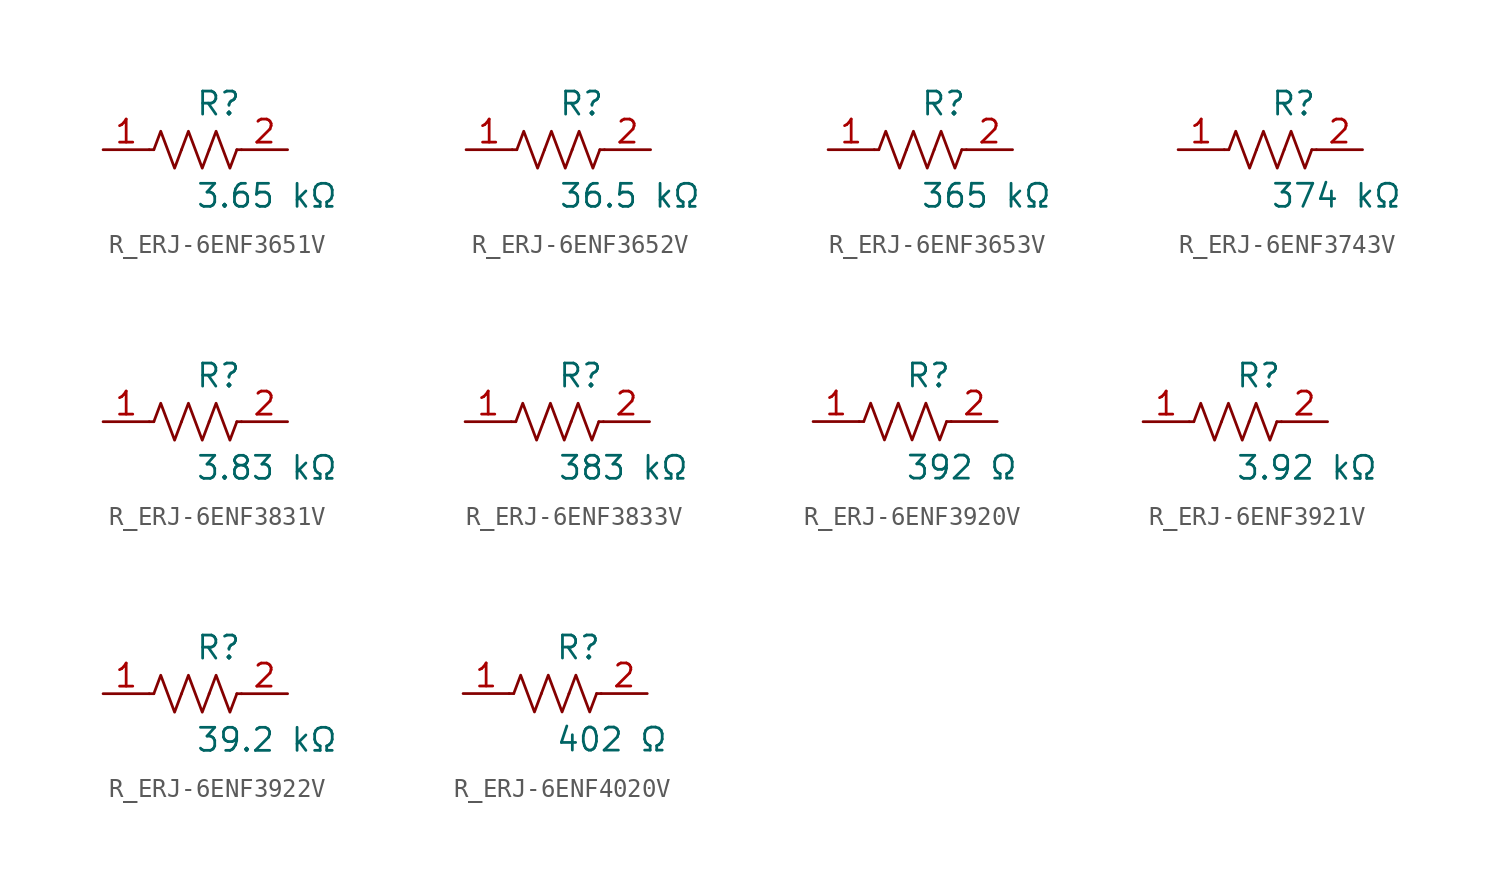
<source format=kicad_sym>
(kicad_symbol_lib
  (version 20231120)
  (generator kicad_symbol_editor)
  (generator_version 8.0)
  (symbol "R_ERJ-6ENF3651V"
    (pin_names
      (offset 0.254))
    (property "Reference" "R"
      (at 0.0 2.54 0)
      (effects (font (size 1.27 1.27)) (justify left)))
    (property "Value" "3.65 kΩ"
      (at 0.0 -2.54 0)
      (effects (font (size 1.27 1.27)) (justify left)))
    (symbol "R_ERJ-6ENF3651V_0_1"
      (polyline (pts (xy 2.286 0) (xy 2.54 0)) (stroke (width 0) (type default)) (fill (type none)))
      (polyline (pts (xy -2.286 0) (xy -2.54 0)) (stroke (width 0) (type default)) (fill (type none)))
      (polyline (pts (xy 0.762 0) (xy 1.143 1.016) (xy 1.524 0) (xy 1.905 -1.016) (xy 2.286 0)) (stroke (width 0) (type default)) (fill (type none)))
      (polyline (pts (xy -0.762 0) (xy -0.381 1.016) (xy 0 0) (xy 0.381 -1.016) (xy 0.762 0)) (stroke (width 0) (type default)) (fill (type none)))
      (polyline (pts (xy -2.286 0) (xy -1.905 1.016) (xy -1.524 0) (xy -1.143 -1.016) (xy -0.762 0)) (stroke (width 0) (type default)) (fill (type none))))
    (pin unspecified line
      (at -5.08 0 0)
      (length 2.54)
      (name "" (effects (font (size 1.27 1.27))))
      (number "1" (effects (font (size 1.27 1.27)))))
    (pin unspecified line
      (at 5.08 0 180)
      (length 2.54)
      (name "" (effects (font (size 1.27 1.27))))
      (number "2" (effects (font (size 1.27 1.27))))))
  (symbol "R_ERJ-6ENF3652V"
    (pin_names
      (offset 0.254))
    (property "Reference" "R"
      (at 0.0 2.54 0)
      (effects (font (size 1.27 1.27)) (justify left)))
    (property "Value" "36.5 kΩ"
      (at 0.0 -2.54 0)
      (effects (font (size 1.27 1.27)) (justify left)))
    (symbol "R_ERJ-6ENF3652V_0_1"
      (polyline (pts (xy 2.286 0) (xy 2.54 0)) (stroke (width 0) (type default)) (fill (type none)))
      (polyline (pts (xy -2.286 0) (xy -2.54 0)) (stroke (width 0) (type default)) (fill (type none)))
      (polyline (pts (xy 0.762 0) (xy 1.143 1.016) (xy 1.524 0) (xy 1.905 -1.016) (xy 2.286 0)) (stroke (width 0) (type default)) (fill (type none)))
      (polyline (pts (xy -0.762 0) (xy -0.381 1.016) (xy 0 0) (xy 0.381 -1.016) (xy 0.762 0)) (stroke (width 0) (type default)) (fill (type none)))
      (polyline (pts (xy -2.286 0) (xy -1.905 1.016) (xy -1.524 0) (xy -1.143 -1.016) (xy -0.762 0)) (stroke (width 0) (type default)) (fill (type none))))
    (pin unspecified line
      (at -5.08 0 0)
      (length 2.54)
      (name "" (effects (font (size 1.27 1.27))))
      (number "1" (effects (font (size 1.27 1.27)))))
    (pin unspecified line
      (at 5.08 0 180)
      (length 2.54)
      (name "" (effects (font (size 1.27 1.27))))
      (number "2" (effects (font (size 1.27 1.27))))))
  (symbol "R_ERJ-6ENF3653V"
    (pin_names
      (offset 0.254))
    (property "Reference" "R"
      (at 0.0 2.54 0)
      (effects (font (size 1.27 1.27)) (justify left)))
    (property "Value" "365 kΩ"
      (at 0.0 -2.54 0)
      (effects (font (size 1.27 1.27)) (justify left)))
    (symbol "R_ERJ-6ENF3653V_0_1"
      (polyline (pts (xy 2.286 0) (xy 2.54 0)) (stroke (width 0) (type default)) (fill (type none)))
      (polyline (pts (xy -2.286 0) (xy -2.54 0)) (stroke (width 0) (type default)) (fill (type none)))
      (polyline (pts (xy 0.762 0) (xy 1.143 1.016) (xy 1.524 0) (xy 1.905 -1.016) (xy 2.286 0)) (stroke (width 0) (type default)) (fill (type none)))
      (polyline (pts (xy -0.762 0) (xy -0.381 1.016) (xy 0 0) (xy 0.381 -1.016) (xy 0.762 0)) (stroke (width 0) (type default)) (fill (type none)))
      (polyline (pts (xy -2.286 0) (xy -1.905 1.016) (xy -1.524 0) (xy -1.143 -1.016) (xy -0.762 0)) (stroke (width 0) (type default)) (fill (type none))))
    (pin unspecified line
      (at -5.08 0 0)
      (length 2.54)
      (name "" (effects (font (size 1.27 1.27))))
      (number "1" (effects (font (size 1.27 1.27)))))
    (pin unspecified line
      (at 5.08 0 180)
      (length 2.54)
      (name "" (effects (font (size 1.27 1.27))))
      (number "2" (effects (font (size 1.27 1.27))))))
  (symbol "R_ERJ-6ENF3743V"
    (pin_names
      (offset 0.254))
    (property "Reference" "R"
      (at 0.0 2.54 0)
      (effects (font (size 1.27 1.27)) (justify left)))
    (property "Value" "374 kΩ"
      (at 0.0 -2.54 0)
      (effects (font (size 1.27 1.27)) (justify left)))
    (symbol "R_ERJ-6ENF3743V_0_1"
      (polyline (pts (xy 2.286 0) (xy 2.54 0)) (stroke (width 0) (type default)) (fill (type none)))
      (polyline (pts (xy -2.286 0) (xy -2.54 0)) (stroke (width 0) (type default)) (fill (type none)))
      (polyline (pts (xy 0.762 0) (xy 1.143 1.016) (xy 1.524 0) (xy 1.905 -1.016) (xy 2.286 0)) (stroke (width 0) (type default)) (fill (type none)))
      (polyline (pts (xy -0.762 0) (xy -0.381 1.016) (xy 0 0) (xy 0.381 -1.016) (xy 0.762 0)) (stroke (width 0) (type default)) (fill (type none)))
      (polyline (pts (xy -2.286 0) (xy -1.905 1.016) (xy -1.524 0) (xy -1.143 -1.016) (xy -0.762 0)) (stroke (width 0) (type default)) (fill (type none))))
    (pin unspecified line
      (at -5.08 0 0)
      (length 2.54)
      (name "" (effects (font (size 1.27 1.27))))
      (number "1" (effects (font (size 1.27 1.27)))))
    (pin unspecified line
      (at 5.08 0 180)
      (length 2.54)
      (name "" (effects (font (size 1.27 1.27))))
      (number "2" (effects (font (size 1.27 1.27))))))
  (symbol "R_ERJ-6ENF3831V"
    (pin_names
      (offset 0.254))
    (property "Reference" "R"
      (at 0.0 2.54 0)
      (effects (font (size 1.27 1.27)) (justify left)))
    (property "Value" "3.83 kΩ"
      (at 0.0 -2.54 0)
      (effects (font (size 1.27 1.27)) (justify left)))
    (symbol "R_ERJ-6ENF3831V_0_1"
      (polyline (pts (xy 2.286 0) (xy 2.54 0)) (stroke (width 0) (type default)) (fill (type none)))
      (polyline (pts (xy -2.286 0) (xy -2.54 0)) (stroke (width 0) (type default)) (fill (type none)))
      (polyline (pts (xy 0.762 0) (xy 1.143 1.016) (xy 1.524 0) (xy 1.905 -1.016) (xy 2.286 0)) (stroke (width 0) (type default)) (fill (type none)))
      (polyline (pts (xy -0.762 0) (xy -0.381 1.016) (xy 0 0) (xy 0.381 -1.016) (xy 0.762 0)) (stroke (width 0) (type default)) (fill (type none)))
      (polyline (pts (xy -2.286 0) (xy -1.905 1.016) (xy -1.524 0) (xy -1.143 -1.016) (xy -0.762 0)) (stroke (width 0) (type default)) (fill (type none))))
    (pin unspecified line
      (at -5.08 0 0)
      (length 2.54)
      (name "" (effects (font (size 1.27 1.27))))
      (number "1" (effects (font (size 1.27 1.27)))))
    (pin unspecified line
      (at 5.08 0 180)
      (length 2.54)
      (name "" (effects (font (size 1.27 1.27))))
      (number "2" (effects (font (size 1.27 1.27))))))
  (symbol "R_ERJ-6ENF3833V"
    (pin_names
      (offset 0.254))
    (property "Reference" "R"
      (at 0.0 2.54 0)
      (effects (font (size 1.27 1.27)) (justify left)))
    (property "Value" "383 kΩ"
      (at 0.0 -2.54 0)
      (effects (font (size 1.27 1.27)) (justify left)))
    (symbol "R_ERJ-6ENF3833V_0_1"
      (polyline (pts (xy 2.286 0) (xy 2.54 0)) (stroke (width 0) (type default)) (fill (type none)))
      (polyline (pts (xy -2.286 0) (xy -2.54 0)) (stroke (width 0) (type default)) (fill (type none)))
      (polyline (pts (xy 0.762 0) (xy 1.143 1.016) (xy 1.524 0) (xy 1.905 -1.016) (xy 2.286 0)) (stroke (width 0) (type default)) (fill (type none)))
      (polyline (pts (xy -0.762 0) (xy -0.381 1.016) (xy 0 0) (xy 0.381 -1.016) (xy 0.762 0)) (stroke (width 0) (type default)) (fill (type none)))
      (polyline (pts (xy -2.286 0) (xy -1.905 1.016) (xy -1.524 0) (xy -1.143 -1.016) (xy -0.762 0)) (stroke (width 0) (type default)) (fill (type none))))
    (pin unspecified line
      (at -5.08 0 0)
      (length 2.54)
      (name "" (effects (font (size 1.27 1.27))))
      (number "1" (effects (font (size 1.27 1.27)))))
    (pin unspecified line
      (at 5.08 0 180)
      (length 2.54)
      (name "" (effects (font (size 1.27 1.27))))
      (number "2" (effects (font (size 1.27 1.27))))))
  (symbol "R_ERJ-6ENF3920V"
    (pin_names
      (offset 0.254))
    (property "Reference" "R"
      (at 0.0 2.54 0)
      (effects (font (size 1.27 1.27)) (justify left)))
    (property "Value" "392 Ω"
      (at 0.0 -2.54 0)
      (effects (font (size 1.27 1.27)) (justify left)))
    (symbol "R_ERJ-6ENF3920V_0_1"
      (polyline (pts (xy 2.286 0) (xy 2.54 0)) (stroke (width 0) (type default)) (fill (type none)))
      (polyline (pts (xy -2.286 0) (xy -2.54 0)) (stroke (width 0) (type default)) (fill (type none)))
      (polyline (pts (xy 0.762 0) (xy 1.143 1.016) (xy 1.524 0) (xy 1.905 -1.016) (xy 2.286 0)) (stroke (width 0) (type default)) (fill (type none)))
      (polyline (pts (xy -0.762 0) (xy -0.381 1.016) (xy 0 0) (xy 0.381 -1.016) (xy 0.762 0)) (stroke (width 0) (type default)) (fill (type none)))
      (polyline (pts (xy -2.286 0) (xy -1.905 1.016) (xy -1.524 0) (xy -1.143 -1.016) (xy -0.762 0)) (stroke (width 0) (type default)) (fill (type none))))
    (pin unspecified line
      (at -5.08 0 0)
      (length 2.54)
      (name "" (effects (font (size 1.27 1.27))))
      (number "1" (effects (font (size 1.27 1.27)))))
    (pin unspecified line
      (at 5.08 0 180)
      (length 2.54)
      (name "" (effects (font (size 1.27 1.27))))
      (number "2" (effects (font (size 1.27 1.27))))))
  (symbol "R_ERJ-6ENF3921V"
    (pin_names
      (offset 0.254))
    (property "Reference" "R"
      (at 0.0 2.54 0)
      (effects (font (size 1.27 1.27)) (justify left)))
    (property "Value" "3.92 kΩ"
      (at 0.0 -2.54 0)
      (effects (font (size 1.27 1.27)) (justify left)))
    (symbol "R_ERJ-6ENF3921V_0_1"
      (polyline (pts (xy 2.286 0) (xy 2.54 0)) (stroke (width 0) (type default)) (fill (type none)))
      (polyline (pts (xy -2.286 0) (xy -2.54 0)) (stroke (width 0) (type default)) (fill (type none)))
      (polyline (pts (xy 0.762 0) (xy 1.143 1.016) (xy 1.524 0) (xy 1.905 -1.016) (xy 2.286 0)) (stroke (width 0) (type default)) (fill (type none)))
      (polyline (pts (xy -0.762 0) (xy -0.381 1.016) (xy 0 0) (xy 0.381 -1.016) (xy 0.762 0)) (stroke (width 0) (type default)) (fill (type none)))
      (polyline (pts (xy -2.286 0) (xy -1.905 1.016) (xy -1.524 0) (xy -1.143 -1.016) (xy -0.762 0)) (stroke (width 0) (type default)) (fill (type none))))
    (pin unspecified line
      (at -5.08 0 0)
      (length 2.54)
      (name "" (effects (font (size 1.27 1.27))))
      (number "1" (effects (font (size 1.27 1.27)))))
    (pin unspecified line
      (at 5.08 0 180)
      (length 2.54)
      (name "" (effects (font (size 1.27 1.27))))
      (number "2" (effects (font (size 1.27 1.27))))))
  (symbol "R_ERJ-6ENF3922V"
    (pin_names
      (offset 0.254))
    (property "Reference" "R"
      (at 0.0 2.54 0)
      (effects (font (size 1.27 1.27)) (justify left)))
    (property "Value" "39.2 kΩ"
      (at 0.0 -2.54 0)
      (effects (font (size 1.27 1.27)) (justify left)))
    (symbol "R_ERJ-6ENF3922V_0_1"
      (polyline (pts (xy 2.286 0) (xy 2.54 0)) (stroke (width 0) (type default)) (fill (type none)))
      (polyline (pts (xy -2.286 0) (xy -2.54 0)) (stroke (width 0) (type default)) (fill (type none)))
      (polyline (pts (xy 0.762 0) (xy 1.143 1.016) (xy 1.524 0) (xy 1.905 -1.016) (xy 2.286 0)) (stroke (width 0) (type default)) (fill (type none)))
      (polyline (pts (xy -0.762 0) (xy -0.381 1.016) (xy 0 0) (xy 0.381 -1.016) (xy 0.762 0)) (stroke (width 0) (type default)) (fill (type none)))
      (polyline (pts (xy -2.286 0) (xy -1.905 1.016) (xy -1.524 0) (xy -1.143 -1.016) (xy -0.762 0)) (stroke (width 0) (type default)) (fill (type none))))
    (pin unspecified line
      (at -5.08 0 0)
      (length 2.54)
      (name "" (effects (font (size 1.27 1.27))))
      (number "1" (effects (font (size 1.27 1.27)))))
    (pin unspecified line
      (at 5.08 0 180)
      (length 2.54)
      (name "" (effects (font (size 1.27 1.27))))
      (number "2" (effects (font (size 1.27 1.27))))))
  (symbol "R_ERJ-6ENF4020V"
    (pin_names
      (offset 0.254))
    (property "Reference" "R"
      (at 0.0 2.54 0)
      (effects (font (size 1.27 1.27)) (justify left)))
    (property "Value" "402 Ω"
      (at 0.0 -2.54 0)
      (effects (font (size 1.27 1.27)) (justify left)))
    (symbol "R_ERJ-6ENF4020V_0_1"
      (polyline (pts (xy 2.286 0) (xy 2.54 0)) (stroke (width 0) (type default)) (fill (type none)))
      (polyline (pts (xy -2.286 0) (xy -2.54 0)) (stroke (width 0) (type default)) (fill (type none)))
      (polyline (pts (xy 0.762 0) (xy 1.143 1.016) (xy 1.524 0) (xy 1.905 -1.016) (xy 2.286 0)) (stroke (width 0) (type default)) (fill (type none)))
      (polyline (pts (xy -0.762 0) (xy -0.381 1.016) (xy 0 0) (xy 0.381 -1.016) (xy 0.762 0)) (stroke (width 0) (type default)) (fill (type none)))
      (polyline (pts (xy -2.286 0) (xy -1.905 1.016) (xy -1.524 0) (xy -1.143 -1.016) (xy -0.762 0)) (stroke (width 0) (type default)) (fill (type none))))
    (pin unspecified line
      (at -5.08 0 0)
      (length 2.54)
      (name "" (effects (font (size 1.27 1.27))))
      (number "1" (effects (font (size 1.27 1.27)))))
    (pin unspecified line
      (at 5.08 0 180)
      (length 2.54)
      (name "" (effects (font (size 1.27 1.27))))
      (number "2" (effects (font (size 1.27 1.27)))))))
</source>
